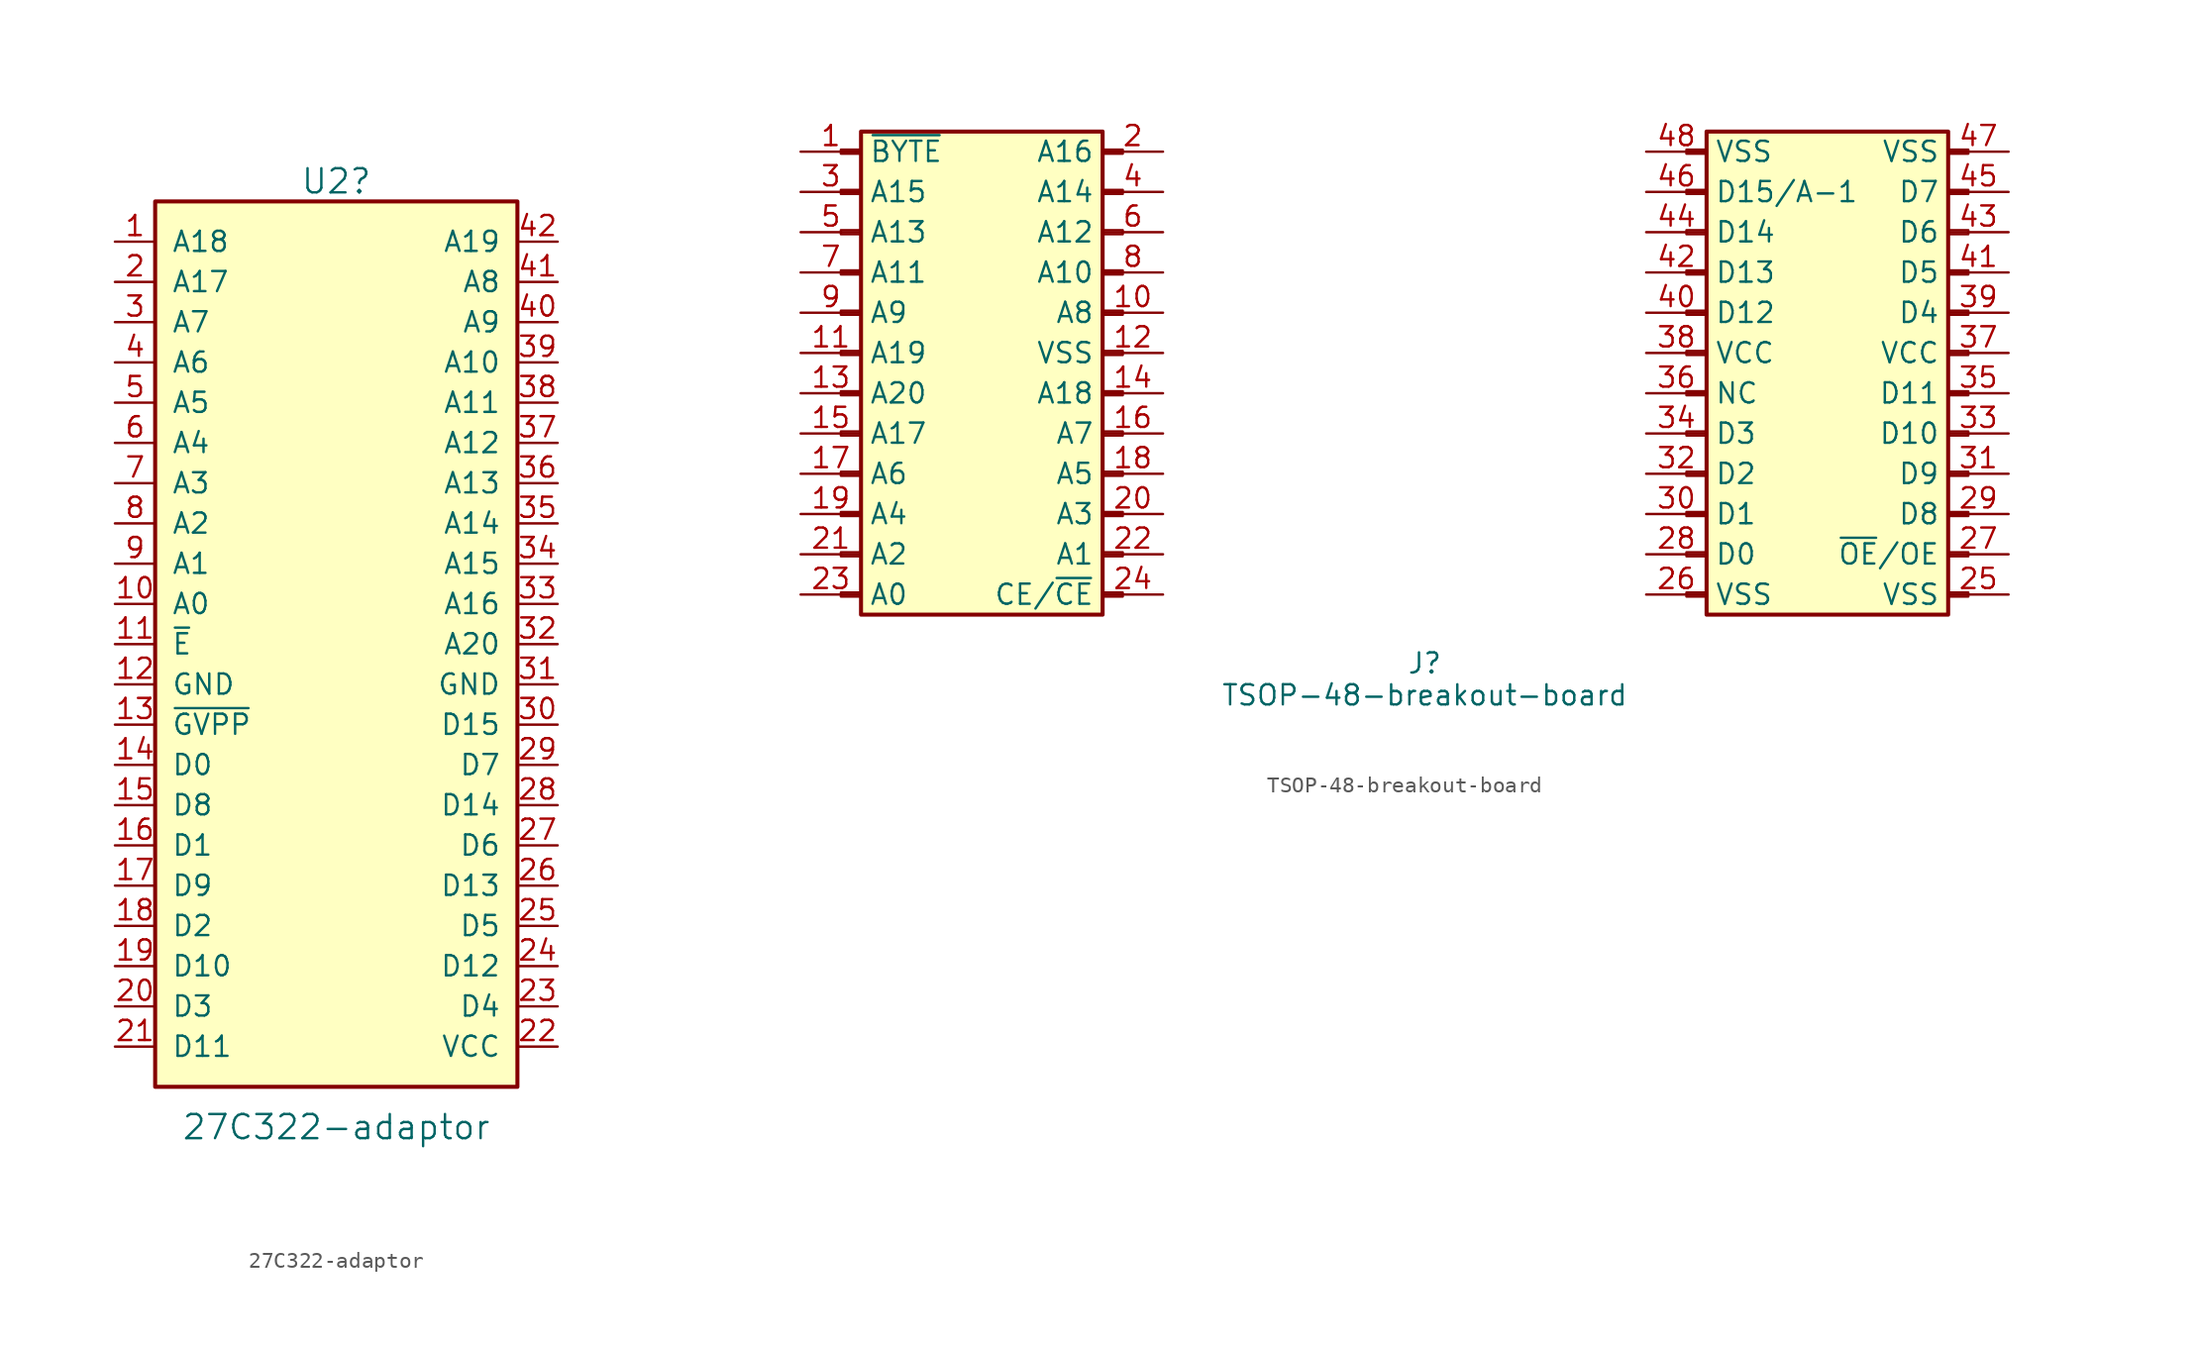
<source format=kicad_sym>
(kicad_symbol_lib
  (version 20211014)
  (generator kicad_symbol_editor)
  (symbol "27C322-adaptor"
    (pin_names
      (offset 1.016))
    (property "Reference" "U2"
      (at -2.54 10.16 0)
      (effects (font (size 1.524 1.524))))
    (property "Value" "27C322-adaptor"
      (at -2.54 -49.53 0)
      (effects (font (size 1.524 1.524))))
    (property "Datasheet" ""
      (at 0 0 0)
      (effects (font (size 1.524 1.524))))
    (symbol "27C322-adaptor_0_0"
      (pin power_in line (at 11.43 -21.59 180) (length 2.54) (name "GND" (effects (font (size 1.27 1.27)))) (number "31" (effects (font (size 1.27 1.27))))))
    (symbol "27C322-adaptor_1_1"
      (rectangle (start -13.97 8.89) (end 8.89 -46.99) (stroke (width 0.254) (type default) (color 0 0 0 0)) (fill (type background)))
      (pin input line (at -16.51 6.35 0) (length 2.54) (name "A18" (effects (font (size 1.27 1.27)))) (number "1" (effects (font (size 1.27 1.27)))))
      (pin input line (at -16.51 -16.51 0) (length 2.54) (name "A0" (effects (font (size 1.27 1.27)))) (number "10" (effects (font (size 1.27 1.27)))))
      (pin input line (at -16.51 -19.05 0) (length 2.54) (name "~{E}" (effects (font (size 1.27 1.27)))) (number "11" (effects (font (size 1.27 1.27)))))
      (pin power_in line (at -16.51 -21.59 0) (length 2.54) (name "GND" (effects (font (size 1.27 1.27)))) (number "12" (effects (font (size 1.27 1.27)))))
      (pin input line (at -16.51 -24.13 0) (length 2.54) (name "~{GVPP}" (effects (font (size 1.27 1.27)))) (number "13" (effects (font (size 1.27 1.27)))))
      (pin tri_state line (at -16.51 -26.67 0) (length 2.54) (name "D0" (effects (font (size 1.27 1.27)))) (number "14" (effects (font (size 1.27 1.27)))))
      (pin tri_state line (at -16.51 -29.21 0) (length 2.54) (name "D8" (effects (font (size 1.27 1.27)))) (number "15" (effects (font (size 1.27 1.27)))))
      (pin tri_state line (at -16.51 -31.75 0) (length 2.54) (name "D1" (effects (font (size 1.27 1.27)))) (number "16" (effects (font (size 1.27 1.27)))))
      (pin tri_state line (at -16.51 -34.29 0) (length 2.54) (name "D9" (effects (font (size 1.27 1.27)))) (number "17" (effects (font (size 1.27 1.27)))))
      (pin tri_state line (at -16.51 -36.83 0) (length 2.54) (name "D2" (effects (font (size 1.27 1.27)))) (number "18" (effects (font (size 1.27 1.27)))))
      (pin tri_state line (at -16.51 -39.37 0) (length 2.54) (name "D10" (effects (font (size 1.27 1.27)))) (number "19" (effects (font (size 1.27 1.27)))))
      (pin input line (at -16.51 3.81 0) (length 2.54) (name "A17" (effects (font (size 1.27 1.27)))) (number "2" (effects (font (size 1.27 1.27)))))
      (pin tri_state line (at -16.51 -41.91 0) (length 2.54) (name "D3" (effects (font (size 1.27 1.27)))) (number "20" (effects (font (size 1.27 1.27)))))
      (pin tri_state line (at -16.51 -44.45 0) (length 2.54) (name "D11" (effects (font (size 1.27 1.27)))) (number "21" (effects (font (size 1.27 1.27)))))
      (pin power_in line (at 11.43 -44.45 180) (length 2.54) (name "VCC" (effects (font (size 1.27 1.27)))) (number "22" (effects (font (size 1.27 1.27)))))
      (pin tri_state line (at 11.43 -41.91 180) (length 2.54) (name "D4" (effects (font (size 1.27 1.27)))) (number "23" (effects (font (size 1.27 1.27)))))
      (pin tri_state line (at 11.43 -39.37 180) (length 2.54) (name "D12" (effects (font (size 1.27 1.27)))) (number "24" (effects (font (size 1.27 1.27)))))
      (pin tri_state line (at 11.43 -36.83 180) (length 2.54) (name "D5" (effects (font (size 1.27 1.27)))) (number "25" (effects (font (size 1.27 1.27)))))
      (pin tri_state line (at 11.43 -34.29 180) (length 2.54) (name "D13" (effects (font (size 1.27 1.27)))) (number "26" (effects (font (size 1.27 1.27)))))
      (pin tri_state line (at 11.43 -31.75 180) (length 2.54) (name "D6" (effects (font (size 1.27 1.27)))) (number "27" (effects (font (size 1.27 1.27)))))
      (pin tri_state line (at 11.43 -29.21 180) (length 2.54) (name "D14" (effects (font (size 1.27 1.27)))) (number "28" (effects (font (size 1.27 1.27)))))
      (pin tri_state line (at 11.43 -26.67 180) (length 2.54) (name "D7" (effects (font (size 1.27 1.27)))) (number "29" (effects (font (size 1.27 1.27)))))
      (pin input line (at -16.51 1.27 0) (length 2.54) (name "A7" (effects (font (size 1.27 1.27)))) (number "3" (effects (font (size 1.27 1.27)))))
      (pin tri_state line (at 11.43 -24.13 180) (length 2.54) (name "D15" (effects (font (size 1.27 1.27)))) (number "30" (effects (font (size 1.27 1.27)))))
      (pin input line (at 11.43 -19.05 180) (length 2.54) (name "A20" (effects (font (size 1.27 1.27)))) (number "32" (effects (font (size 1.27 1.27)))))
      (pin input line (at 11.43 -16.51 180) (length 2.54) (name "A16" (effects (font (size 1.27 1.27)))) (number "33" (effects (font (size 1.27 1.27)))))
      (pin input line (at 11.43 -13.97 180) (length 2.54) (name "A15" (effects (font (size 1.27 1.27)))) (number "34" (effects (font (size 1.27 1.27)))))
      (pin input line (at 11.43 -11.43 180) (length 2.54) (name "A14" (effects (font (size 1.27 1.27)))) (number "35" (effects (font (size 1.27 1.27)))))
      (pin input line (at 11.43 -8.89 180) (length 2.54) (name "A13" (effects (font (size 1.27 1.27)))) (number "36" (effects (font (size 1.27 1.27)))))
      (pin input line (at 11.43 -6.35 180) (length 2.54) (name "A12" (effects (font (size 1.27 1.27)))) (number "37" (effects (font (size 1.27 1.27)))))
      (pin input line (at 11.43 -3.81 180) (length 2.54) (name "A11" (effects (font (size 1.27 1.27)))) (number "38" (effects (font (size 1.27 1.27)))))
      (pin input line (at 11.43 -1.27 180) (length 2.54) (name "A10" (effects (font (size 1.27 1.27)))) (number "39" (effects (font (size 1.27 1.27)))))
      (pin input line (at -16.51 -1.27 0) (length 2.54) (name "A6" (effects (font (size 1.27 1.27)))) (number "4" (effects (font (size 1.27 1.27)))))
      (pin input line (at 11.43 1.27 180) (length 2.54) (name "A9" (effects (font (size 1.27 1.27)))) (number "40" (effects (font (size 1.27 1.27)))))
      (pin input line (at 11.43 3.81 180) (length 2.54) (name "A8" (effects (font (size 1.27 1.27)))) (number "41" (effects (font (size 1.27 1.27)))))
      (pin input line (at 11.43 6.35 180) (length 2.54) (name "A19" (effects (font (size 1.27 1.27)))) (number "42" (effects (font (size 1.27 1.27)))))
      (pin input line (at -16.51 -3.81 0) (length 2.54) (name "A5" (effects (font (size 1.27 1.27)))) (number "5" (effects (font (size 1.27 1.27)))))
      (pin input line (at -16.51 -6.35 0) (length 2.54) (name "A4" (effects (font (size 1.27 1.27)))) (number "6" (effects (font (size 1.27 1.27)))))
      (pin input line (at -16.51 -8.89 0) (length 2.54) (name "A3" (effects (font (size 1.27 1.27)))) (number "7" (effects (font (size 1.27 1.27)))))
      (pin input line (at -16.51 -11.43 0) (length 2.54) (name "A2" (effects (font (size 1.27 1.27)))) (number "8" (effects (font (size 1.27 1.27)))))
      (pin input line (at -16.51 -13.97 0) (length 2.54) (name "A1" (effects (font (size 1.27 1.27)))) (number "9" (effects (font (size 1.27 1.27)))))))
  (symbol "TSOP-48-breakout-board"
    (property "Reference" "J"
      (at 1.27 -34.29 0)
      (effects (font (size 1.27 1.27)) (justify bottom)))
    (property "Value" "TSOP-48-breakout-board"
      (at 1.27 -35.56 0)
      (effects (font (size 1.27 1.27))))
    (symbol "TSOP-48-breakout-board_1_1"
      (rectangle (start -35.56 -29.083) (end -34.29 -29.337) (stroke (width 0.152) (type default) (color 0 0 0 0)) (fill (type none)))
      (rectangle (start -35.56 -26.543) (end -34.29 -26.797) (stroke (width 0.152) (type default) (color 0 0 0 0)) (fill (type none)))
      (rectangle (start -35.56 -24.003) (end -34.29 -24.257) (stroke (width 0.152) (type default) (color 0 0 0 0)) (fill (type none)))
      (rectangle (start -35.56 -21.463) (end -34.29 -21.717) (stroke (width 0.152) (type default) (color 0 0 0 0)) (fill (type none)))
      (rectangle (start -35.56 -18.923) (end -34.29 -19.177) (stroke (width 0.152) (type default) (color 0 0 0 0)) (fill (type none)))
      (rectangle (start -35.56 -16.383) (end -34.29 -16.637) (stroke (width 0.152) (type default) (color 0 0 0 0)) (fill (type none)))
      (rectangle (start -35.56 -13.843) (end -34.29 -14.097) (stroke (width 0.152) (type default) (color 0 0 0 0)) (fill (type none)))
      (rectangle (start -35.56 -11.303) (end -34.29 -11.557) (stroke (width 0.152) (type default) (color 0 0 0 0)) (fill (type none)))
      (rectangle (start -35.56 -8.763) (end -34.29 -9.017) (stroke (width 0.152) (type default) (color 0 0 0 0)) (fill (type none)))
      (rectangle (start -35.56 -6.223) (end -34.29 -6.477) (stroke (width 0.152) (type default) (color 0 0 0 0)) (fill (type none)))
      (rectangle (start -35.56 -3.683) (end -34.29 -3.937) (stroke (width 0.152) (type default) (color 0 0 0 0)) (fill (type none)))
      (rectangle (start -35.56 -1.143) (end -34.29 -1.397) (stroke (width 0.152) (type default) (color 0 0 0 0)) (fill (type none)))
      (rectangle (start -34.29 0) (end -19.05 -30.48) (stroke (width 0.254) (type default) (color 0 0 0 0)) (fill (type background)))
      (rectangle (start -17.78 -29.083) (end -19.05 -29.337) (stroke (width 0.152) (type default) (color 0 0 0 0)) (fill (type none)))
      (rectangle (start -17.78 -26.543) (end -19.05 -26.797) (stroke (width 0.152) (type default) (color 0 0 0 0)) (fill (type none)))
      (rectangle (start -17.78 -24.003) (end -19.05 -24.257) (stroke (width 0.152) (type default) (color 0 0 0 0)) (fill (type none)))
      (rectangle (start -17.78 -21.463) (end -19.05 -21.717) (stroke (width 0.152) (type default) (color 0 0 0 0)) (fill (type none)))
      (rectangle (start -17.78 -18.923) (end -19.05 -19.177) (stroke (width 0.152) (type default) (color 0 0 0 0)) (fill (type none)))
      (rectangle (start -17.78 -16.383) (end -19.05 -16.637) (stroke (width 0.152) (type default) (color 0 0 0 0)) (fill (type none)))
      (rectangle (start -17.78 -13.843) (end -19.05 -14.097) (stroke (width 0.152) (type default) (color 0 0 0 0)) (fill (type none)))
      (rectangle (start -17.78 -11.303) (end -19.05 -11.557) (stroke (width 0.152) (type default) (color 0 0 0 0)) (fill (type none)))
      (rectangle (start -17.78 -8.763) (end -19.05 -9.017) (stroke (width 0.152) (type default) (color 0 0 0 0)) (fill (type none)))
      (rectangle (start -17.78 -6.223) (end -19.05 -6.477) (stroke (width 0.152) (type default) (color 0 0 0 0)) (fill (type none)))
      (rectangle (start -17.78 -3.683) (end -19.05 -3.937) (stroke (width 0.152) (type default) (color 0 0 0 0)) (fill (type none)))
      (rectangle (start -17.78 -1.143) (end -19.05 -1.397) (stroke (width 0.152) (type default) (color 0 0 0 0)) (fill (type none)))
      (rectangle (start 17.78 -29.083) (end 19.05 -29.337) (stroke (width 0.152) (type default) (color 0 0 0 0)) (fill (type none)))
      (rectangle (start 17.78 -26.797) (end 19.05 -26.543) (stroke (width 0.152) (type default) (color 0 0 0 0)) (fill (type none)))
      (rectangle (start 17.78 -24.257) (end 19.05 -24.003) (stroke (width 0.152) (type default) (color 0 0 0 0)) (fill (type none)))
      (rectangle (start 17.78 -21.717) (end 19.05 -21.463) (stroke (width 0.152) (type default) (color 0 0 0 0)) (fill (type none)))
      (rectangle (start 17.78 -19.177) (end 19.05 -18.923) (stroke (width 0.152) (type default) (color 0 0 0 0)) (fill (type none)))
      (rectangle (start 17.78 -16.637) (end 19.05 -16.383) (stroke (width 0.152) (type default) (color 0 0 0 0)) (fill (type none)))
      (rectangle (start 17.78 -14.097) (end 19.05 -13.843) (stroke (width 0.152) (type default) (color 0 0 0 0)) (fill (type none)))
      (rectangle (start 17.78 -11.557) (end 19.05 -11.303) (stroke (width 0.152) (type default) (color 0 0 0 0)) (fill (type none)))
      (rectangle (start 17.78 -9.017) (end 19.05 -8.763) (stroke (width 0.152) (type default) (color 0 0 0 0)) (fill (type none)))
      (rectangle (start 17.78 -6.477) (end 19.05 -6.223) (stroke (width 0.152) (type default) (color 0 0 0 0)) (fill (type none)))
      (rectangle (start 17.78 -3.937) (end 19.05 -3.683) (stroke (width 0.152) (type default) (color 0 0 0 0)) (fill (type none)))
      (rectangle (start 17.78 -1.143) (end 19.05 -1.397) (stroke (width 0.152) (type default) (color 0 0 0 0)) (fill (type none)))
      (rectangle (start 19.05 0) (end 34.29 -30.48) (stroke (width 0.254) (type default) (color 0 0 0 0)) (fill (type background)))
      (rectangle (start 35.56 -29.083) (end 34.29 -29.337) (stroke (width 0.152) (type default) (color 0 0 0 0)) (fill (type none)))
      (rectangle (start 35.56 -26.797) (end 34.29 -26.543) (stroke (width 0.152) (type default) (color 0 0 0 0)) (fill (type none)))
      (rectangle (start 35.56 -24.257) (end 34.29 -24.003) (stroke (width 0.152) (type default) (color 0 0 0 0)) (fill (type none)))
      (rectangle (start 35.56 -21.717) (end 34.29 -21.463) (stroke (width 0.152) (type default) (color 0 0 0 0)) (fill (type none)))
      (rectangle (start 35.56 -19.177) (end 34.29 -18.923) (stroke (width 0.152) (type default) (color 0 0 0 0)) (fill (type none)))
      (rectangle (start 35.56 -16.637) (end 34.29 -16.383) (stroke (width 0.152) (type default) (color 0 0 0 0)) (fill (type none)))
      (rectangle (start 35.56 -14.097) (end 34.29 -13.843) (stroke (width 0.152) (type default) (color 0 0 0 0)) (fill (type none)))
      (rectangle (start 35.56 -11.557) (end 34.29 -11.303) (stroke (width 0.152) (type default) (color 0 0 0 0)) (fill (type none)))
      (rectangle (start 35.56 -9.017) (end 34.29 -8.763) (stroke (width 0.152) (type default) (color 0 0 0 0)) (fill (type none)))
      (rectangle (start 35.56 -6.477) (end 34.29 -6.223) (stroke (width 0.152) (type default) (color 0 0 0 0)) (fill (type none)))
      (rectangle (start 35.56 -3.937) (end 34.29 -3.683) (stroke (width 0.152) (type default) (color 0 0 0 0)) (fill (type none)))
      (rectangle (start 35.56 -1.143) (end 34.29 -1.397) (stroke (width 0.152) (type default) (color 0 0 0 0)) (fill (type none)))
      (pin passive line (at -38.1 -1.27 0) (length 3.81) (name "~{BYTE}" (effects (font (size 1.27 1.27)))) (number "1" (effects (font (size 1.27 1.27)))))
      (pin passive line (at -15.24 -11.43 180) (length 3.81) (name "A8" (effects (font (size 1.27 1.27)))) (number "10" (effects (font (size 1.27 1.27)))))
      (pin passive line (at -38.1 -13.97 0) (length 3.81) (name "A19" (effects (font (size 1.27 1.27)))) (number "11" (effects (font (size 1.27 1.27)))))
      (pin passive line (at -15.24 -13.97 180) (length 3.81) (name "VSS" (effects (font (size 1.27 1.27)))) (number "12" (effects (font (size 1.27 1.27)))))
      (pin passive line (at -38.1 -16.51 0) (length 3.81) (name "A20" (effects (font (size 1.27 1.27)))) (number "13" (effects (font (size 1.27 1.27)))))
      (pin passive line (at -15.24 -16.51 180) (length 3.81) (name "A18" (effects (font (size 1.27 1.27)))) (number "14" (effects (font (size 1.27 1.27)))))
      (pin passive line (at -38.1 -19.05 0) (length 3.81) (name "A17" (effects (font (size 1.27 1.27)))) (number "15" (effects (font (size 1.27 1.27)))))
      (pin passive line (at -15.24 -19.05 180) (length 3.81) (name "A7" (effects (font (size 1.27 1.27)))) (number "16" (effects (font (size 1.27 1.27)))))
      (pin passive line (at -38.1 -21.59 0) (length 3.81) (name "A6" (effects (font (size 1.27 1.27)))) (number "17" (effects (font (size 1.27 1.27)))))
      (pin passive line (at -15.24 -21.59 180) (length 3.81) (name "A5" (effects (font (size 1.27 1.27)))) (number "18" (effects (font (size 1.27 1.27)))))
      (pin passive line (at -38.1 -24.13 0) (length 3.81) (name "A4" (effects (font (size 1.27 1.27)))) (number "19" (effects (font (size 1.27 1.27)))))
      (pin passive line (at -15.24 -1.27 180) (length 3.81) (name "A16" (effects (font (size 1.27 1.27)))) (number "2" (effects (font (size 1.27 1.27)))))
      (pin passive line (at -15.24 -24.13 180) (length 3.81) (name "A3" (effects (font (size 1.27 1.27)))) (number "20" (effects (font (size 1.27 1.27)))))
      (pin passive line (at -38.1 -26.67 0) (length 3.81) (name "A2" (effects (font (size 1.27 1.27)))) (number "21" (effects (font (size 1.27 1.27)))))
      (pin passive line (at -15.24 -26.67 180) (length 3.81) (name "A1" (effects (font (size 1.27 1.27)))) (number "22" (effects (font (size 1.27 1.27)))))
      (pin passive line (at -38.1 -29.21 0) (length 3.81) (name "A0" (effects (font (size 1.27 1.27)))) (number "23" (effects (font (size 1.27 1.27)))))
      (pin passive line (at -15.24 -29.21 180) (length 3.81) (name "CE/~{CE}" (effects (font (size 1.27 1.27)))) (number "24" (effects (font (size 1.27 1.27)))))
      (pin passive line (at 38.1 -29.21 180) (length 3.81) (name "VSS" (effects (font (size 1.27 1.27)))) (number "25" (effects (font (size 1.27 1.27)))))
      (pin passive line (at 15.24 -29.21 0) (length 3.81) (name "VSS" (effects (font (size 1.27 1.27)))) (number "26" (effects (font (size 1.27 1.27)))))
      (pin passive line (at 38.1 -26.67 180) (length 3.81) (name "~{OE}/OE" (effects (font (size 1.27 1.27)))) (number "27" (effects (font (size 1.27 1.27)))))
      (pin passive line (at 15.24 -26.67 0) (length 3.81) (name "D0" (effects (font (size 1.27 1.27)))) (number "28" (effects (font (size 1.27 1.27)))))
      (pin passive line (at 38.1 -24.13 180) (length 3.81) (name "D8" (effects (font (size 1.27 1.27)))) (number "29" (effects (font (size 1.27 1.27)))))
      (pin passive line (at -38.1 -3.81 0) (length 3.81) (name "A15" (effects (font (size 1.27 1.27)))) (number "3" (effects (font (size 1.27 1.27)))))
      (pin passive line (at 15.24 -24.13 0) (length 3.81) (name "D1" (effects (font (size 1.27 1.27)))) (number "30" (effects (font (size 1.27 1.27)))))
      (pin passive line (at 38.1 -21.59 180) (length 3.81) (name "D9" (effects (font (size 1.27 1.27)))) (number "31" (effects (font (size 1.27 1.27)))))
      (pin passive line (at 15.24 -21.59 0) (length 3.81) (name "D2" (effects (font (size 1.27 1.27)))) (number "32" (effects (font (size 1.27 1.27)))))
      (pin passive line (at 38.1 -19.05 180) (length 3.81) (name "D10" (effects (font (size 1.27 1.27)))) (number "33" (effects (font (size 1.27 1.27)))))
      (pin passive line (at 15.24 -19.05 0) (length 3.81) (name "D3" (effects (font (size 1.27 1.27)))) (number "34" (effects (font (size 1.27 1.27)))))
      (pin passive line (at 38.1 -16.51 180) (length 3.81) (name "D11" (effects (font (size 1.27 1.27)))) (number "35" (effects (font (size 1.27 1.27)))))
      (pin passive line (at 15.24 -16.51 0) (length 3.81) (name "NC" (effects (font (size 1.27 1.27)))) (number "36" (effects (font (size 1.27 1.27)))))
      (pin passive line (at 38.1 -13.97 180) (length 3.81) (name "VCC" (effects (font (size 1.27 1.27)))) (number "37" (effects (font (size 1.27 1.27)))))
      (pin passive line (at 15.24 -13.97 0) (length 3.81) (name "VCC" (effects (font (size 1.27 1.27)))) (number "38" (effects (font (size 1.27 1.27)))))
      (pin passive line (at 38.1 -11.43 180) (length 3.81) (name "D4" (effects (font (size 1.27 1.27)))) (number "39" (effects (font (size 1.27 1.27)))))
      (pin passive line (at -15.24 -3.81 180) (length 3.81) (name "A14" (effects (font (size 1.27 1.27)))) (number "4" (effects (font (size 1.27 1.27)))))
      (pin passive line (at 15.24 -11.43 0) (length 3.81) (name "D12" (effects (font (size 1.27 1.27)))) (number "40" (effects (font (size 1.27 1.27)))))
      (pin passive line (at 38.1 -8.89 180) (length 3.81) (name "D5" (effects (font (size 1.27 1.27)))) (number "41" (effects (font (size 1.27 1.27)))))
      (pin passive line (at 15.24 -8.89 0) (length 3.81) (name "D13" (effects (font (size 1.27 1.27)))) (number "42" (effects (font (size 1.27 1.27)))))
      (pin passive line (at 38.1 -6.35 180) (length 3.81) (name "D6" (effects (font (size 1.27 1.27)))) (number "43" (effects (font (size 1.27 1.27)))))
      (pin passive line (at 15.24 -6.35 0) (length 3.81) (name "D14" (effects (font (size 1.27 1.27)))) (number "44" (effects (font (size 1.27 1.27)))))
      (pin passive line (at 38.1 -3.81 180) (length 3.81) (name "D7" (effects (font (size 1.27 1.27)))) (number "45" (effects (font (size 1.27 1.27)))))
      (pin passive line (at 15.24 -3.81 0) (length 3.81) (name "D15/A-1" (effects (font (size 1.27 1.27)))) (number "46" (effects (font (size 1.27 1.27)))))
      (pin passive line (at 38.1 -1.27 180) (length 3.81) (name "VSS" (effects (font (size 1.27 1.27)))) (number "47" (effects (font (size 1.27 1.27)))))
      (pin passive line (at 15.24 -1.27 0) (length 3.81) (name "VSS" (effects (font (size 1.27 1.27)))) (number "48" (effects (font (size 1.27 1.27)))))
      (pin passive line (at -38.1 -6.35 0) (length 3.81) (name "A13" (effects (font (size 1.27 1.27)))) (number "5" (effects (font (size 1.27 1.27)))))
      (pin passive line (at -15.24 -6.35 180) (length 3.81) (name "A12" (effects (font (size 1.27 1.27)))) (number "6" (effects (font (size 1.27 1.27)))))
      (pin passive line (at -38.1 -8.89 0) (length 3.81) (name "A11" (effects (font (size 1.27 1.27)))) (number "7" (effects (font (size 1.27 1.27)))))
      (pin passive line (at -15.24 -8.89 180) (length 3.81) (name "A10" (effects (font (size 1.27 1.27)))) (number "8" (effects (font (size 1.27 1.27)))))
      (pin passive line (at -38.1 -11.43 0) (length 3.81) (name "A9" (effects (font (size 1.27 1.27)))) (number "9" (effects (font (size 1.27 1.27))))))))
</source>
